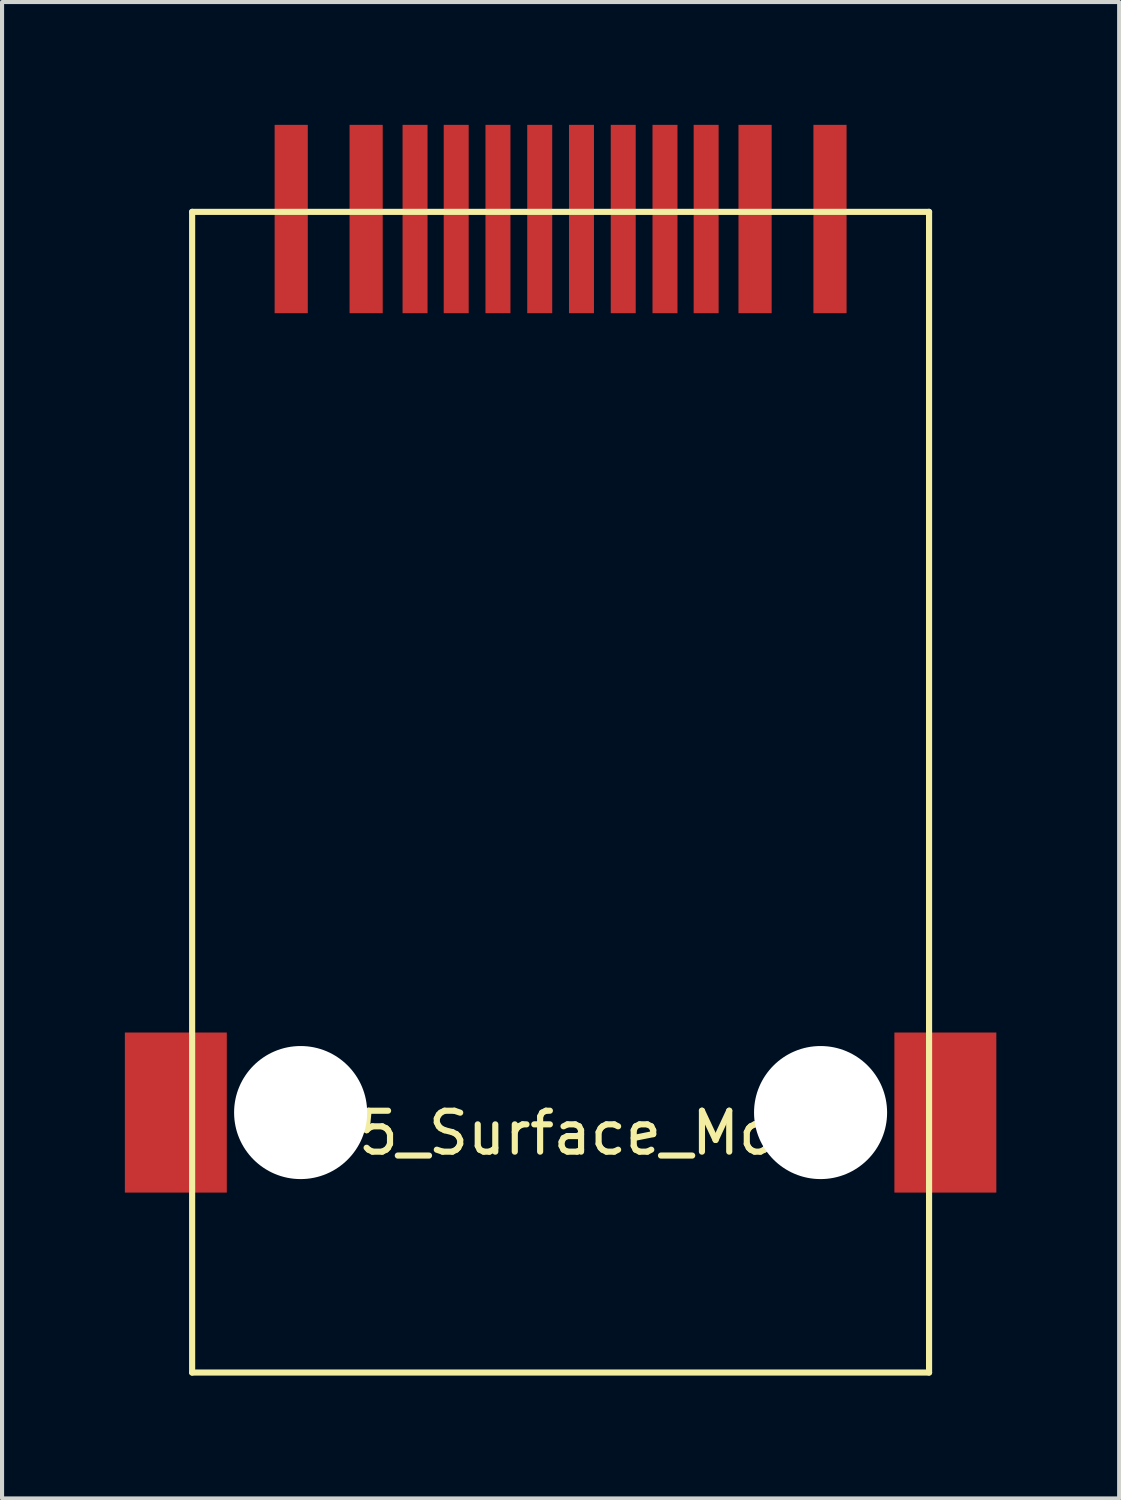
<source format=kicad_pcb>
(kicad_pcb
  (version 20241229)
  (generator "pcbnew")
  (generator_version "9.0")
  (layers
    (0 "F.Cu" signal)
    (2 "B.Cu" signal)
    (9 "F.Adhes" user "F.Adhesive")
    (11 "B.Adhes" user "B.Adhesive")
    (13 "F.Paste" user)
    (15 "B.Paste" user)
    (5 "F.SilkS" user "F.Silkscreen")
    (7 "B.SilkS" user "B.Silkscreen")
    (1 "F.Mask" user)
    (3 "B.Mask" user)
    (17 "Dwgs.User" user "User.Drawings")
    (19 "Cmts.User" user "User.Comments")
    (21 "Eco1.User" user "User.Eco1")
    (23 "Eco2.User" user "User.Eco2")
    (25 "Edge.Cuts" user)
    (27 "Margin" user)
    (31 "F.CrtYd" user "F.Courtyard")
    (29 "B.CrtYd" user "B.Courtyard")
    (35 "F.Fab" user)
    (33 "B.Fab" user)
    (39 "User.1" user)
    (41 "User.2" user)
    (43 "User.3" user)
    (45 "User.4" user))
  (footprint "RJ45_Surface_Mount"
    (layer "F.Cu")
    (at 10.643 24.125)
    (property "Reference" "RJ45_Surface_Mount" (at 0 0.5 0) (layer "F.SilkS") (effects (font (size 1 1) (thickness 0.15))))
    (attr through_hole)
    (fp_line (start -9 -22) (end 9 -22) (stroke (width 0.15) (type solid)) (layer "F.SilkS"))
    (fp_line (start -9 6.35) (end -9 -22) (stroke (width 0.15) (type solid)) (layer "F.SilkS"))
    (fp_line (start 9 -22) (end 9 6.35) (stroke (width 0.15) (type solid)) (layer "F.SilkS"))
    (fp_line (start 9 6.35) (end -9 6.35) (stroke (width 0.15) (type solid)) (layer "F.SilkS"))
    (pad "" np_thru_hole circle (at -6.35 0) (size 3.25 3.25) (drill 3.25) (layers "*.Cu" "*.Mask"))
    (pad "" np_thru_hole circle (at 6.35 0) (size 3.25 3.25) (drill 3.25) (layers "*.Cu" "*.Mask"))
    (pad "1" smd rect (at 6.58 -21.825) (size 0.81 4.6) (layers "F.Cu" "F.Mask" "F.Paste"))
    (pad "2" smd rect (at 4.75 -21.825) (size 0.81 4.6) (layers "F.Cu" "F.Mask" "F.Paste"))
    (pad "3" smd rect (at 3.555 -21.825) (size 0.61 4.6) (layers "F.Cu" "F.Mask" "F.Paste"))
    (pad "4" smd rect (at 2.55 -21.825) (size 0.61 4.6) (layers "F.Cu" "F.Mask" "F.Paste"))
    (pad "5" smd rect (at 1.53 -21.825) (size 0.61 4.6) (layers "F.Cu" "F.Mask" "F.Paste"))
    (pad "6" smd rect (at 0.51 -21.825) (size 0.61 4.6) (layers "F.Cu" "F.Mask" "F.Paste"))
    (pad "7" smd rect (at -0.51 -21.825) (size 0.61 4.6) (layers "F.Cu" "F.Mask" "F.Paste"))
    (pad "8" smd rect (at -1.53 -21.825) (size 0.61 4.6) (layers "F.Cu" "F.Mask" "F.Paste"))
    (pad "9" smd rect (at -2.55 -21.825) (size 0.61 4.6) (layers "F.Cu" "F.Mask" "F.Paste"))
    (pad "10" smd rect (at -3.555 -21.825) (size 0.61 4.6) (layers "F.Cu" "F.Mask" "F.Paste"))
    (pad "11" smd rect (at -4.75 -21.825) (size 0.81 4.6) (layers "F.Cu" "F.Mask" "F.Paste"))
    (pad "12" smd rect (at -6.58 -21.825) (size 0.81 4.6) (layers "F.Cu" "F.Mask" "F.Paste"))
    (pad "GND" smd rect (at -9.398 0) (size 2.49 3.91) (layers "F.Cu" "F.Mask" "F.Paste"))
    (pad "GND" smd rect (at 9.398 0) (size 2.49 3.91) (layers "F.Cu" "F.Mask" "F.Paste")))
  (gr_rect
    (start -3 -3)
    (end 24.286 33.55)
    (stroke (width 0.1) (type default))
    (fill no)
    (layer "Edge.Cuts")))
</source>
